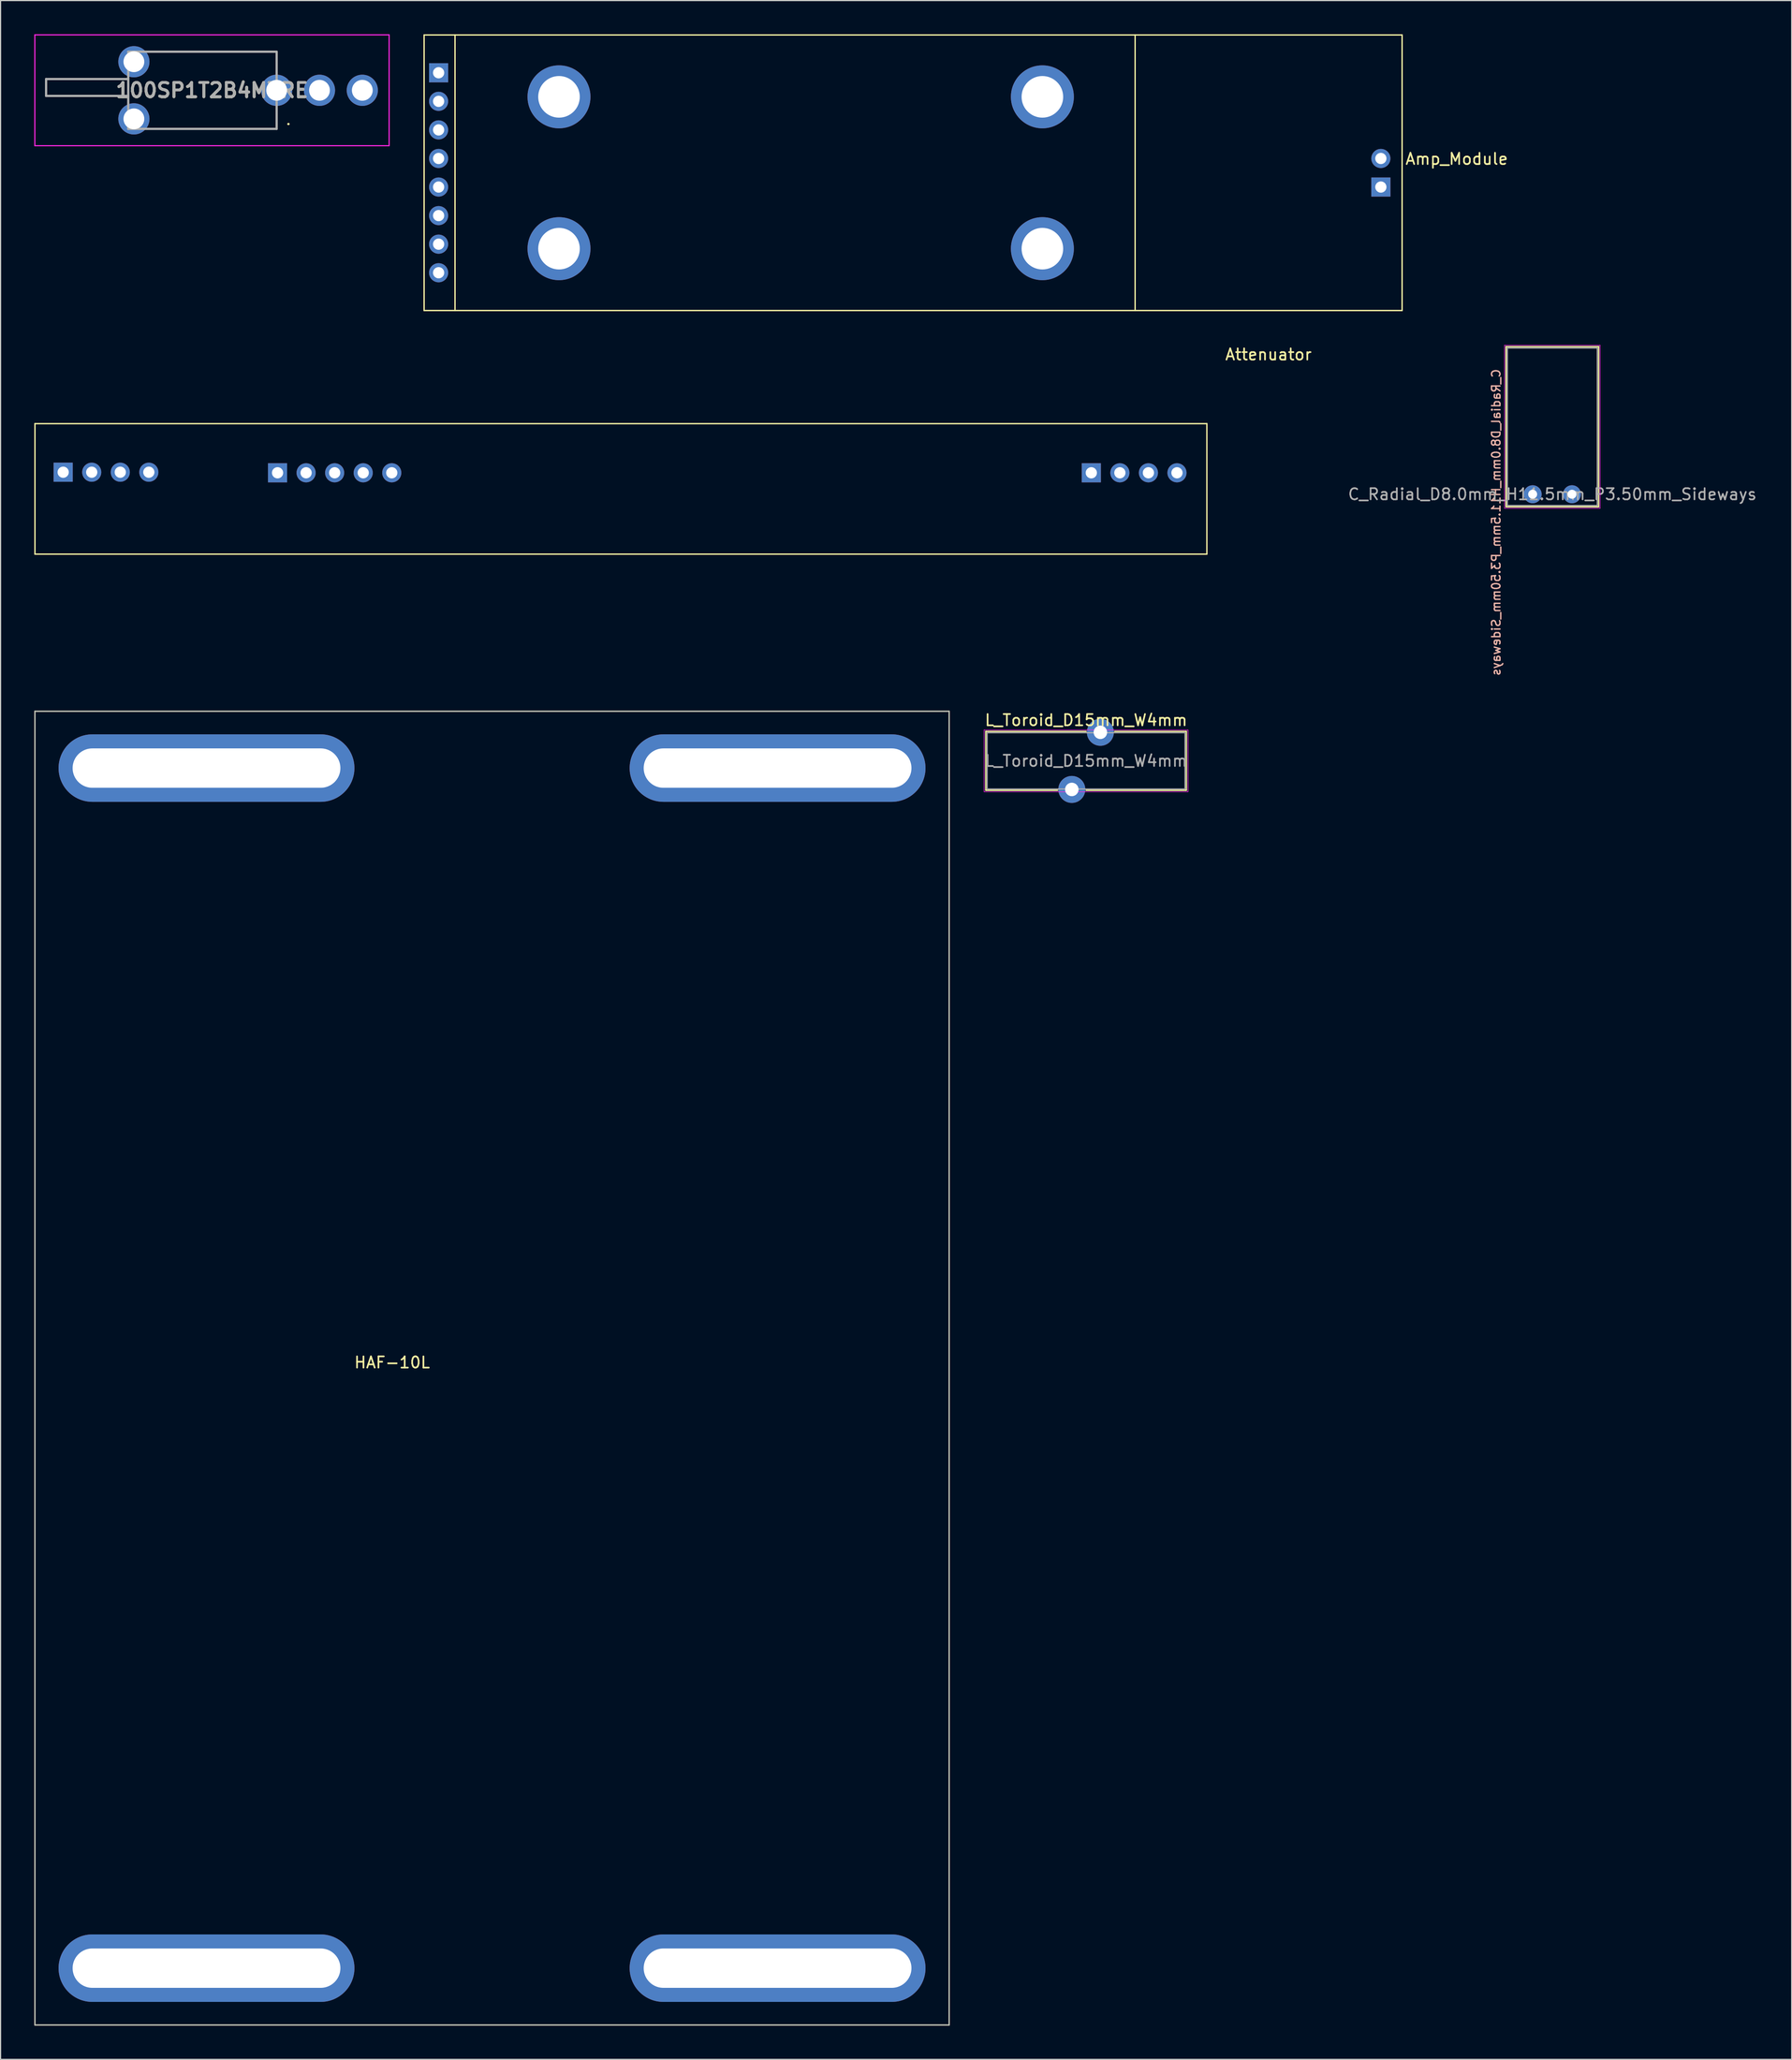
<source format=kicad_pcb>
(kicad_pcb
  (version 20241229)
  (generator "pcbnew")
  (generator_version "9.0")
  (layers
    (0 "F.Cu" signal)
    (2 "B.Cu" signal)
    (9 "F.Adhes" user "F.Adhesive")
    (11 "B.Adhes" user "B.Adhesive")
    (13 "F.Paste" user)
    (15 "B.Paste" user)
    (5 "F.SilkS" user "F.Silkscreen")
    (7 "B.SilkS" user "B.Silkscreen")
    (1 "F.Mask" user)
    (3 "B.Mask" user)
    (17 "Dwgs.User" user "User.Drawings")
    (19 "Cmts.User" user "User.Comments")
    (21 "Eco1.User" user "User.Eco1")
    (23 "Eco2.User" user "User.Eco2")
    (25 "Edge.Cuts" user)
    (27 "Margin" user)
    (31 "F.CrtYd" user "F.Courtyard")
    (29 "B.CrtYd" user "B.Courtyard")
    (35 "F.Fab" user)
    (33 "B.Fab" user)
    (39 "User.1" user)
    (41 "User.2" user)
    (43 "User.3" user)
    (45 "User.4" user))
  (footprint "L_Toroid_D15mm_W4mm"
    (layer "F.Cu")
    (at 93.565 64.601)
    (property "Reference" "L_Toroid_D15mm_W4mm" (at 0 -3.62 0) (layer "F.SilkS") (effects (font (size 1 1) (thickness 0.15))))
    (attr through_hole)
    (fp_line (start -8.92 -2.62) (end -8.92 2.62) (stroke (width 0.12) (type solid)) (layer "F.SilkS"))
    (fp_line (start -8.92 -2.62) (end 0 -2.62) (stroke (width 0.12) (type solid)) (layer "F.SilkS"))
    (fp_line (start -2.54 2.62) (end -8.92 2.62) (stroke (width 0.12) (type solid)) (layer "F.SilkS"))
    (fp_line (start 0 2.62) (end 8.92 2.62) (stroke (width 0.12) (type solid)) (layer "F.SilkS"))
    (fp_line (start 8.92 -2.62) (end 2.54 -2.62) (stroke (width 0.12) (type solid)) (layer "F.SilkS"))
    (fp_line (start 8.92 2.62) (end 8.92 -2.62) (stroke (width 0.12) (type solid)) (layer "F.SilkS"))
    (fp_line (start -9.07 -2.75) (end -9.07 2.75) (stroke (width 0.05) (type solid)) (layer "F.CrtYd"))
    (fp_line (start -9.07 2.75) (end 9.07 2.75) (stroke (width 0.05) (type solid)) (layer "F.CrtYd"))
    (fp_line (start 9.07 -2.75) (end -9.07 -2.75) (stroke (width 0.05) (type solid)) (layer "F.CrtYd"))
    (fp_line (start 9.07 2.75) (end 9.07 -2.75) (stroke (width 0.05) (type solid)) (layer "F.CrtYd"))
    (fp_line (start -8.8 -2.5) (end -8.8 2.5) (stroke (width 0.1) (type solid)) (layer "F.Fab"))
    (fp_line (start -8.8 2.5) (end 8.8 2.5) (stroke (width 0.1) (type solid)) (layer "F.Fab"))
    (fp_line (start 8.8 -2.5) (end -8.8 -2.5) (stroke (width 0.1) (type solid)) (layer "F.Fab"))
    (fp_line (start 8.8 2.5) (end 8.8 -2.5) (stroke (width 0.1) (type solid)) (layer "F.Fab"))
    (fp_text user "${REFERENCE}" (at 0 0 0) (layer "F.Fab") (effects (font (size 1 1) (thickness 0.15))))
    (pad "1" thru_hole circle (at -1.27 2.54) (size 2.4 2.4) (drill 1.2) (layers "*.Cu" "*.Mask"))
    (pad "2" thru_hole oval (at 1.27 -2.54) (size 2.4 2.4) (drill 1.2) (layers "*.Cu" "*.Mask")))
  (footprint "C_Radial_D8.0mm_H11.5mm_P3.50mm_Sideways"
    (layer "F.Cu")
    (at 133.29 40.895)
    (property "Reference" "C_Radial_D8.0mm_H11.5mm_P3.50mm_Sideways" (at -3.25 2.5 90) (layer "B.SilkS") (effects (font (size 0.75 0.75) (thickness 0.125)) (justify mirror)))
    (attr through_hole)
    (fp_line (start -2.37 -13.12) (end 5.87 -13.12) (stroke (width 0.12) (type solid)) (layer "F.SilkS"))
    (fp_line (start -2.37 1.12) (end -2.37 -13.12) (stroke (width 0.12) (type solid)) (layer "F.SilkS"))
    (fp_line (start 5.87 1.12) (end -2.37 1.12) (stroke (width 0.12) (type solid)) (layer "F.SilkS"))
    (fp_line (start 5.87 1.12) (end 5.87 -13.12) (stroke (width 0.12) (type solid)) (layer "F.SilkS"))
    (fp_line (start -2.5 -13.25) (end 6 -13.25) (stroke (width 0.05) (type solid)) (layer "F.CrtYd"))
    (fp_line (start -2.5 1.25) (end -2.5 -13.25) (stroke (width 0.05) (type solid)) (layer "F.CrtYd"))
    (fp_line (start 6 -13.25) (end 6 1.25) (stroke (width 0.05) (type solid)) (layer "F.CrtYd"))
    (fp_line (start 6 1.25) (end -2.5 1.25) (stroke (width 0.05) (type solid)) (layer "F.CrtYd"))
    (fp_line (start -2.25 -13) (end 5.75 -13) (stroke (width 0.1) (type solid)) (layer "F.Fab"))
    (fp_line (start -2.25 1) (end -2.25 -13) (stroke (width 0.1) (type solid)) (layer "F.Fab"))
    (fp_line (start 5.75 -13) (end 5.75 1) (stroke (width 0.1) (type solid)) (layer "F.Fab"))
    (fp_line (start 5.75 1) (end -2.25 1) (stroke (width 0.1) (type solid)) (layer "F.Fab"))
    (fp_text user "${REFERENCE}" (at 1.75 0 180) (layer "F.Fab") (effects (font (size 1 1) (thickness 0.15))))
    (pad "1" thru_hole circle (at 0 0) (size 1.6 1.6) (drill 0.8) (layers "*.Cu" "*.Mask"))
    (pad "2" thru_hole circle (at 3.5 0) (size 1.6 1.6) (drill 0.8) (layers "*.Cu" "*.Mask")))
  (footprint "HAF-10L"
    (layer "F.Cu")
    (at 30.56 118.593)
    (property "Reference" "HAF-10L" (at 1.27 -0.5 0) (unlocked yes) (layer "F.SilkS") (effects (font (size 1 1) (thickness 0.15))))
    (attr through_hole)
    (fp_line (start -30.5 -58.4) (end 50.82 -58.4) (stroke (width 0.12) (type solid)) (layer "F.SilkS"))
    (fp_line (start -30.5 58.4) (end -30.5 -58.4) (stroke (width 0.12) (type solid)) (layer "F.SilkS"))
    (fp_line (start 50.82 -58.4) (end 50.82 58.4) (stroke (width 0.12) (type solid)) (layer "F.SilkS"))
    (fp_line (start 50.82 58.4) (end -30.5 58.4) (stroke (width 0.12) (type solid)) (layer "F.SilkS"))
    (fp_line (start -30.5 -58.4) (end -30.5 58.4) (stroke (width 0.1) (type solid)) (layer "F.Fab"))
    (fp_line (start -30.5 -58.4) (end 50.82 -58.4) (stroke (width 0.1) (type solid)) (layer "F.Fab"))
    (fp_line (start 50.82 58.4) (end -30.5 58.4) (stroke (width 0.1) (type solid)) (layer "F.Fab"))
    (fp_line (start 50.82 58.4) (end 50.82 -58.4) (stroke (width 0.1) (type solid)) (layer "F.Fab"))
    (pad "" thru_hole oval (at -15.24 -53.35) (size 26.32 6) (drill oval 23.82 3.5) (layers "*.Cu" "*.Mask"))
    (pad "" thru_hole oval (at -15.24 53.35) (size 26.32 6) (drill oval 23.82 3.5) (layers "*.Cu" "*.Mask"))
    (pad "" thru_hole oval (at 35.56 -53.35) (size 26.32 6) (drill oval 23.82 3.5) (layers "*.Cu" "*.Mask"))
    (pad "" thru_hole oval (at 35.56 53.35) (size 26.32 6) (drill oval 23.82 3.5) (layers "*.Cu" "*.Mask")))
  (footprint "100SP1T2B4M7RE"
    (layer "F.Cu")
    (at 21.56 4.978)
    (property "Reference" "100SP1T2B4M7RE" (at -5.751 0 0) (layer "F.SilkS") (effects (font (size 1.27 1.27) (thickness 0.254))))
    (attr through_hole)
    (fp_line (start -20.51 -1) (end -13.2 -1) (stroke (width 0.1) (type solid)) (layer "F.SilkS"))
    (fp_line (start -20.51 0.5) (end -20.51 -1) (stroke (width 0.1) (type solid)) (layer "F.SilkS"))
    (fp_line (start -13.2 0.5) (end -20.51 0.5) (stroke (width 0.1) (type solid)) (layer "F.SilkS"))
    (fp_line (start -10.7 -3.43) (end 0 -3.43) (stroke (width 0.1) (type solid)) (layer "F.SilkS"))
    (fp_line (start -10.7 3.43) (end 0 3.43) (stroke (width 0.1) (type solid)) (layer "F.SilkS"))
    (fp_line (start 0 -3.43) (end 0 -2) (stroke (width 0.1) (type solid)) (layer "F.SilkS"))
    (fp_line (start 0 3.43) (end 0 2) (stroke (width 0.1) (type solid)) (layer "F.SilkS"))
    (fp_line (start 1 3) (end 1 3) (stroke (width 0.1) (type solid)) (layer "F.SilkS"))
    (fp_line (start 1.1 3) (end 1.1 3) (stroke (width 0.1) (type solid)) (layer "F.SilkS"))
    (fp_arc (start 1 3) (mid 1.05 2.95) (end 1.1 3) (stroke (width 0.1) (type solid)) (layer "F.SilkS"))
    (fp_arc (start 1.1 3) (mid 1.05 3.05) (end 1 3) (stroke (width 0.1) (type solid)) (layer "F.SilkS"))
    (fp_line (start -21.51 -4.928) (end 10.007 -4.928) (stroke (width 0.1) (type solid)) (layer "F.CrtYd"))
    (fp_line (start -21.51 4.928) (end -21.51 -4.928) (stroke (width 0.1) (type solid)) (layer "F.CrtYd"))
    (fp_line (start 10.007 -4.928) (end 10.007 4.928) (stroke (width 0.1) (type solid)) (layer "F.CrtYd"))
    (fp_line (start 10.007 4.928) (end -21.51 4.928) (stroke (width 0.1) (type solid)) (layer "F.CrtYd"))
    (fp_line (start -20.51 -1) (end -13.2 -1) (stroke (width 0.2) (type solid)) (layer "F.Fab"))
    (fp_line (start -20.51 0.5) (end -20.51 -1) (stroke (width 0.2) (type solid)) (layer "F.Fab"))
    (fp_line (start -13.2 -3.43) (end 0 -3.43) (stroke (width 0.2) (type solid)) (layer "F.Fab"))
    (fp_line (start -13.2 0.5) (end -20.51 0.5) (stroke (width 0.2) (type solid)) (layer "F.Fab"))
    (fp_line (start -13.2 3.43) (end -13.2 -3.43) (stroke (width 0.2) (type solid)) (layer "F.Fab"))
    (fp_line (start 0 -3.43) (end 0 3.43) (stroke (width 0.2) (type solid)) (layer "F.Fab"))
    (fp_line (start 0 3.43) (end -13.2 3.43) (stroke (width 0.2) (type solid)) (layer "F.Fab"))
    (fp_text user "${REFERENCE}" (at -5.751 0 0) (layer "F.Fab") (effects (font (size 1.27 1.27) (thickness 0.254))))
    (pad "1" thru_hole circle (at 0 0) (size 2.775 2.775) (drill 1.85) (layers "*.Cu" "*.Mask"))
    (pad "2" thru_hole circle (at 3.81 0) (size 2.775 2.775) (drill 1.85) (layers "*.Cu" "*.Mask"))
    (pad "3" thru_hole circle (at 7.62 0) (size 2.775 2.775) (drill 1.85) (layers "*.Cu" "*.Mask"))
    (pad "MH1" thru_hole circle (at -12.7 2.54) (size 2.775 2.775) (drill 1.85) (layers "*.Cu" "*.Mask"))
    (pad "MH2" thru_hole circle (at -12.7 -2.54) (size 2.775 2.775) (drill 1.85) (layers "*.Cu" "*.Mask")))
  (footprint "Amp_Module"
    (layer "F.Cu")
    (at 121.677 12.33)
    (property "Reference" "Amp_Module" (at 4.86 -1.25 0) (unlocked yes) (layer "F.SilkS") (effects (font (size 1 1) (thickness 0.15))))
    (attr through_hole)
    (fp_line (start -87 -12.27) (end -87 12.23) (stroke (width 0.12) (type solid)) (layer "F.SilkS"))
    (fp_line (start -87 -12.27) (end 0 -12.27) (stroke (width 0.12) (type solid)) (layer "F.SilkS"))
    (fp_line (start -87 12.23) (end 0 12.23) (stroke (width 0.12) (type solid)) (layer "F.SilkS"))
    (fp_line (start -84.25 12.23) (end -84.25 -12.27) (stroke (width 0.12) (type solid)) (layer "F.SilkS"))
    (fp_line (start -23.75 -12.27) (end -23.75 12.23) (stroke (width 0.12) (type solid)) (layer "F.SilkS"))
    (fp_line (start 0 12.23) (end 0 -12.27) (stroke (width 0.12) (type solid)) (layer "F.SilkS"))
    (pad "" thru_hole circle (at -75 -6.77) (size 5.6 5.6) (drill 3.7) (layers "*.Cu" "*.Mask"))
    (pad "" thru_hole circle (at -75 6.73) (size 5.6 5.6) (drill 3.7) (layers "*.Cu" "*.Mask"))
    (pad "" thru_hole circle (at -32 -6.77) (size 5.6 5.6) (drill 3.7) (layers "*.Cu" "*.Mask"))
    (pad "" thru_hole circle (at -32 6.73) (size 5.6 5.6) (drill 3.7) (layers "*.Cu" "*.Mask"))
    (pad "1" thru_hole rect (at -1.89 1.25 180) (size 1.7 1.7) (drill 1) (layers "*.Cu" "*.Mask"))
    (pad "2" thru_hole oval (at -1.89 -1.29 180) (size 1.7 1.7) (drill 1) (layers "*.Cu" "*.Mask"))
    (pad "3" thru_hole rect (at -85.71 -8.91 180) (size 1.7 1.7) (drill 1) (layers "*.Cu" "*.Mask"))
    (pad "4" thru_hole oval (at -85.71 -6.37 180) (size 1.7 1.7) (drill 1) (layers "*.Cu" "*.Mask"))
    (pad "5" thru_hole oval (at -85.71 -3.83 180) (size 1.7 1.7) (drill 1) (layers "*.Cu" "*.Mask"))
    (pad "6" thru_hole oval (at -85.71 -1.29 180) (size 1.7 1.7) (drill 1) (layers "*.Cu" "*.Mask"))
    (pad "7" thru_hole oval (at -85.71 1.25 180) (size 1.7 1.7) (drill 1) (layers "*.Cu" "*.Mask"))
    (pad "8" thru_hole oval (at -85.71 3.79 180) (size 1.7 1.7) (drill 1) (layers "*.Cu" "*.Mask"))
    (pad "9" thru_hole oval (at -85.71 6.33 180) (size 1.7 1.7) (drill 1) (layers "*.Cu" "*.Mask"))
    (pad "10" thru_hole oval (at -85.71 8.87 180) (size 1.7 1.7) (drill 1) (layers "*.Cu" "*.Mask")))
  (footprint "Attenuator"
    (layer "F.Cu")
    (at 104.31 34.618)
    (property "Reference" "Attenuator" (at 5.48 -6.15 0) (unlocked yes) (layer "F.SilkS") (effects (font (size 1 1) (thickness 0.15))))
    (attr through_hole)
    (fp_line (start -104.25 0) (end 0 0) (stroke (width 0.12) (type solid)) (layer "F.SilkS"))
    (fp_line (start -104.25 11.6) (end -104.25 0) (stroke (width 0.12) (type solid)) (layer "F.SilkS"))
    (fp_line (start -104.25 11.6) (end 0 11.6) (stroke (width 0.12) (type solid)) (layer "F.SilkS"))
    (fp_line (start 0 11.6) (end 0 0) (stroke (width 0.12) (type solid)) (layer "F.SilkS"))
    (pad "1" thru_hole circle (at -2.66 4.37 270) (size 1.7 1.7) (drill 1) (layers "*.Cu" "*.Mask"))
    (pad "2" thru_hole oval (at -5.2 4.37 270) (size 1.7 1.7) (drill 1) (layers "*.Cu" "*.Mask"))
    (pad "3" thru_hole oval (at -7.74 4.37 270) (size 1.7 1.7) (drill 1) (layers "*.Cu" "*.Mask"))
    (pad "4" thru_hole rect (at -10.28 4.37 270) (size 1.7 1.7) (drill 1) (layers "*.Cu" "*.Mask"))
    (pad "5" thru_hole circle (at -72.51 4.37 270) (size 1.7 1.7) (drill 1) (layers "*.Cu" "*.Mask"))
    (pad "6" thru_hole oval (at -75.05 4.37 270) (size 1.7 1.7) (drill 1) (layers "*.Cu" "*.Mask"))
    (pad "7" thru_hole oval (at -77.59 4.37 270) (size 1.7 1.7) (drill 1) (layers "*.Cu" "*.Mask"))
    (pad "8" thru_hole oval (at -80.13 4.37 270) (size 1.7 1.7) (drill 1) (layers "*.Cu" "*.Mask"))
    (pad "9" thru_hole rect (at -82.67 4.37 270) (size 1.7 1.7) (drill 1) (layers "*.Cu" "*.Mask"))
    (pad "10" thru_hole oval (at -94.12 4.318 90) (size 1.7 1.7) (drill 1) (layers "*.Cu" "*.Mask"))
    (pad "11" thru_hole oval (at -96.66 4.318 90) (size 1.7 1.7) (drill 1) (layers "*.Cu" "*.Mask"))
    (pad "12" thru_hole oval (at -99.2 4.318 90) (size 1.7 1.7) (drill 1) (layers "*.Cu" "*.Mask"))
    (pad "13" thru_hole rect (at -101.74 4.318 90) (size 1.7 1.7) (drill 1) (layers "*.Cu" "*.Mask")))
  (gr_rect
    (start -3 -3)
    (end 156.332 180.053)
    (stroke (width 0.1) (type default))
    (fill no)
    (layer "Edge.Cuts")))
</source>
